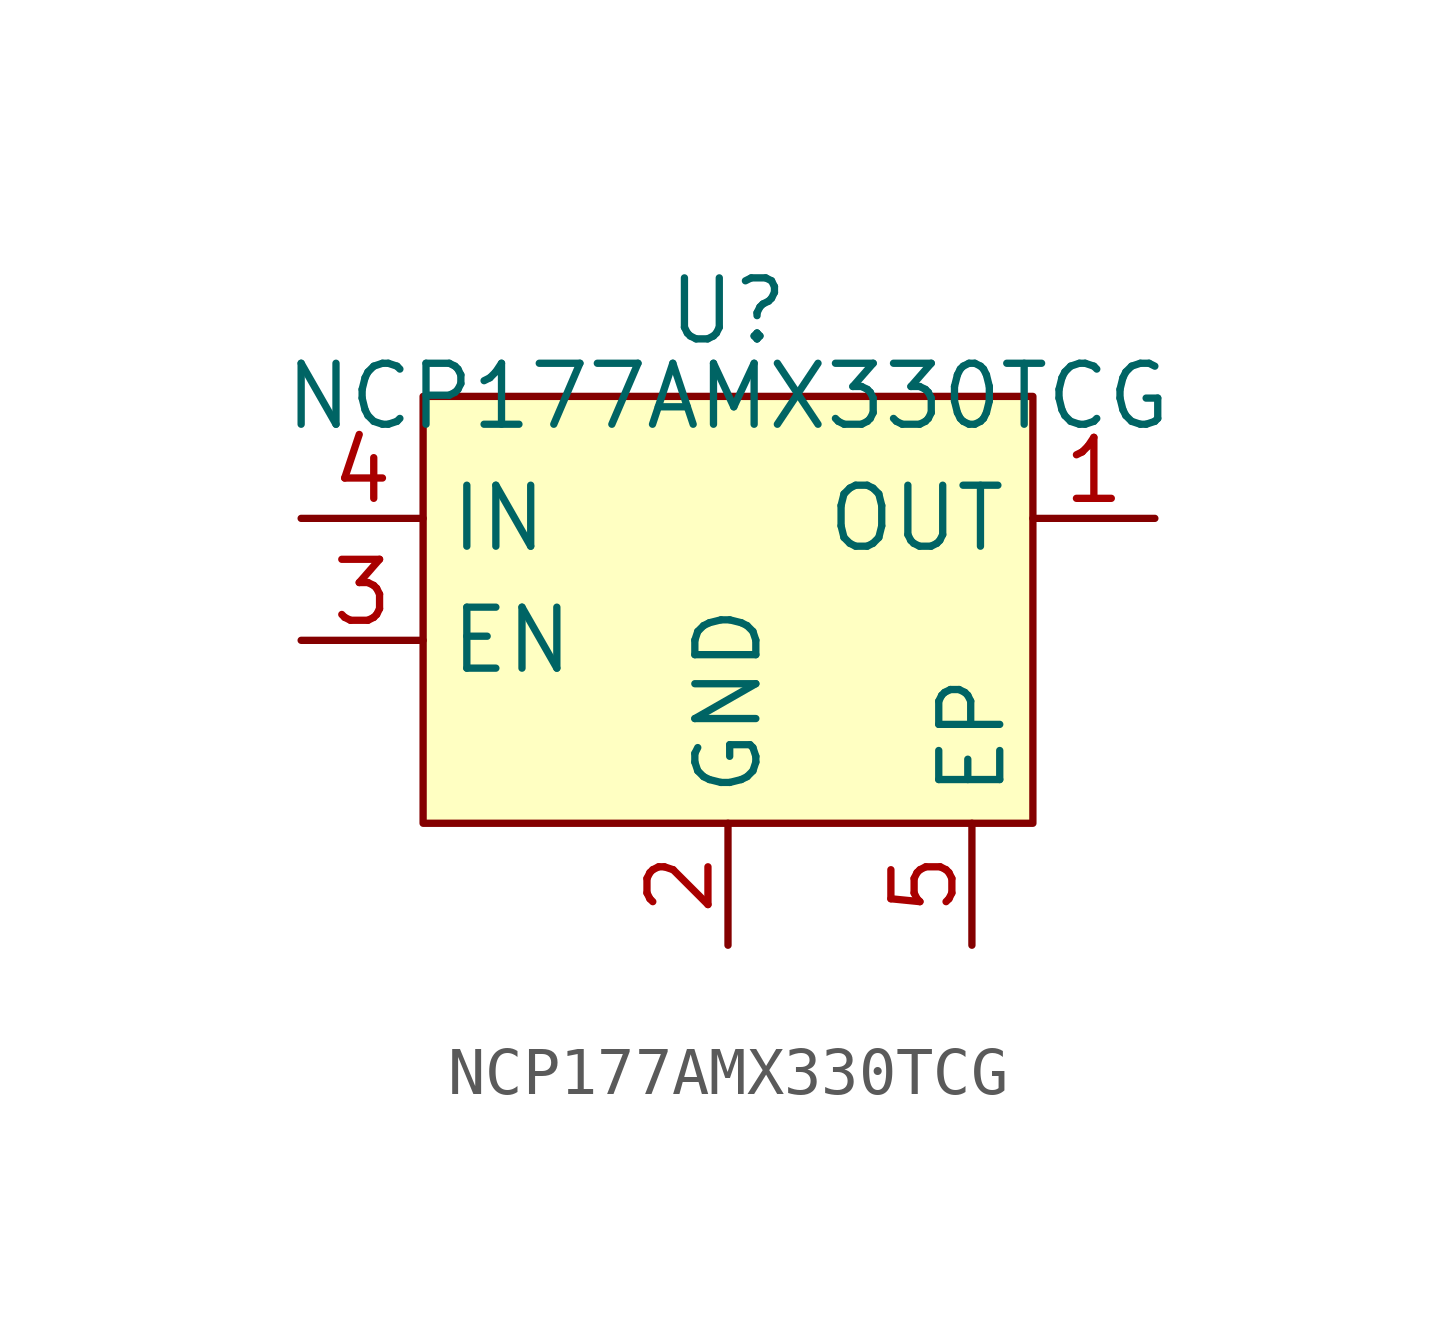
<source format=kicad_sym>
(kicad_symbol_lib
  (version 20241209)
  (generator "kicad_symbol_editor")
  (generator_version "9.0")
  (symbol "NCP177AMX330TCG"
    (property "Reference" "U"
      (at 0 1.778 0)
      (effects (font (size 1.27 1.27))))
    (property "Value" "NCP177AMX330TCG"
      (at 0 0 0)
      (effects (font (size 1.27 1.27))))
    (symbol "NCP177AMX330TCG_0_0"
      (pin power_in line (at -8.89 -2.54 0) (length 2.54) (name "IN" (effects (font (size 1.27 1.27)))) (number "4" (effects (font (size 1.27 1.27)))))
      (pin input line (at -8.89 -5.08 0) (length 2.54) (name "EN" (effects (font (size 1.27 1.27)))) (number "3" (effects (font (size 1.27 1.27)))))
      (pin unspecified line (at 0 -11.43 90) (length 2.54) (name "GND" (effects (font (size 1.27 1.27)))) (number "2" (effects (font (size 1.27 1.27)))))
      (pin unspecified line (at 5.08 -11.43 90) (length 2.54) (name "EP" (effects (font (size 1.27 1.27)))) (number "5" (effects (font (size 1.27 1.27)))))
      (pin power_out line (at 8.89 -2.54 180) (length 2.54) (name "OUT" (effects (font (size 1.27 1.27)))) (number "1" (effects (font (size 1.27 1.27))))))
    (symbol "NCP177AMX330TCG_1_1"
      (rectangle (start -6.35 0) (end 6.35 -8.89) (stroke (width 0) (type solid)) (fill (type background))))))
</source>
